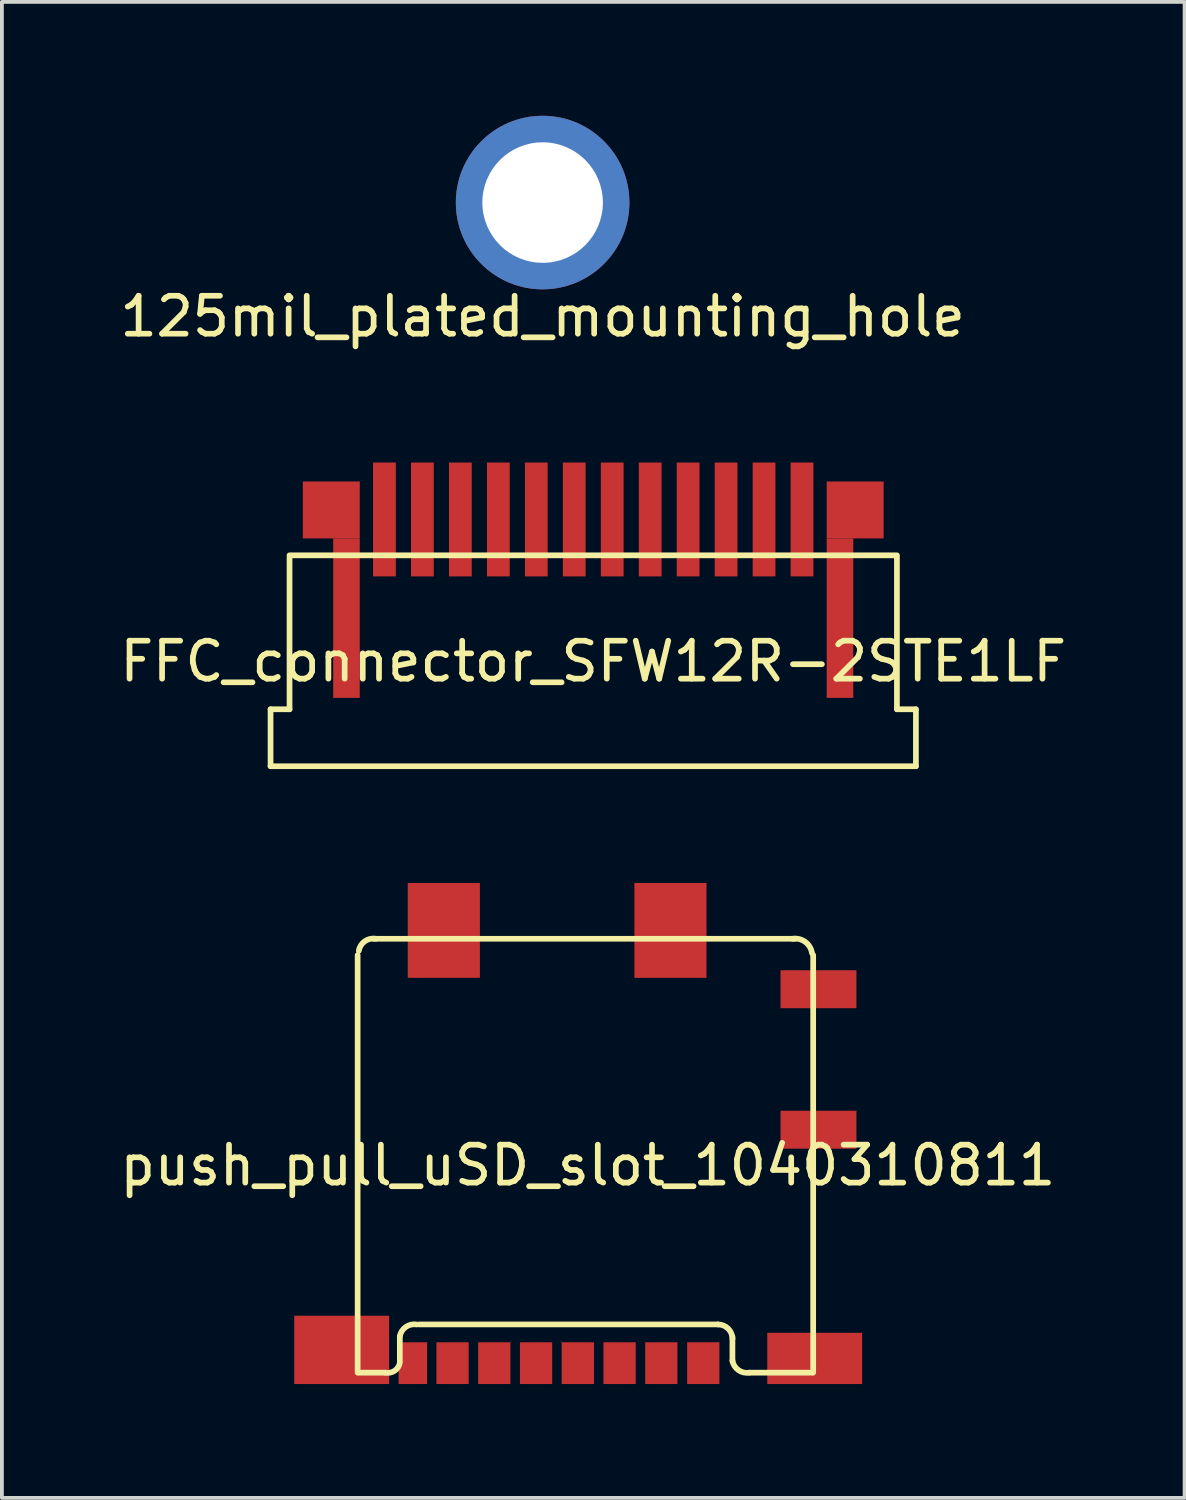
<source format=kicad_pcb>
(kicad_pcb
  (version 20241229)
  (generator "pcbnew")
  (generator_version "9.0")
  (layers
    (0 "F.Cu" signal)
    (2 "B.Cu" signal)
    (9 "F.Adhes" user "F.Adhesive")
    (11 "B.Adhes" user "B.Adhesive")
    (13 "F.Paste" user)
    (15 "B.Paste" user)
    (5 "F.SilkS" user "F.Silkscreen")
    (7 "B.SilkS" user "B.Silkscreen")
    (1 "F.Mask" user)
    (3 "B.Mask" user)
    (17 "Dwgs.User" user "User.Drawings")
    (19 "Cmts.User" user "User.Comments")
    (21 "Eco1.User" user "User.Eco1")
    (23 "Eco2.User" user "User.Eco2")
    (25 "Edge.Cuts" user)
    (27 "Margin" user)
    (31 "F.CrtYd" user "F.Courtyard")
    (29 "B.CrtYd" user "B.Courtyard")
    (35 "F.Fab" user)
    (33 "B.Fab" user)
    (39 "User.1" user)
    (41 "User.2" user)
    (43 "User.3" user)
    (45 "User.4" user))
  (footprint "FFC_connector_SFW12R-2STE1LF"
    (layer "F.Cu")
    (at 12.577 11.134)
    (property "Reference" "FFC_connector_SFW12R-2STE1LF" (at 0 3.239 0) (layer "F.SilkS") (effects (font (size 1 1) (thickness 0.15))))
    (attr through_hole)
    (fp_line (start -8.5 4.5) (end -8.5 6) (stroke (width 0.15) (type solid)) (layer "F.SilkS"))
    (fp_line (start -8.5 6) (end 8.5 6) (stroke (width 0.15) (type solid)) (layer "F.SilkS"))
    (fp_line (start -8.001 0.445) (end 8.001 0.445) (stroke (width 0.15) (type solid)) (layer "F.SilkS"))
    (fp_line (start -8 0.5) (end -8 4.5) (stroke (width 0.15) (type solid)) (layer "F.SilkS"))
    (fp_line (start -8 4.5) (end -8.5 4.5) (stroke (width 0.15) (type solid)) (layer "F.SilkS"))
    (fp_line (start 8 0.5) (end 8 4.5) (stroke (width 0.15) (type solid)) (layer "F.SilkS"))
    (fp_line (start 8 4.5) (end 8.5 4.5) (stroke (width 0.15) (type solid)) (layer "F.SilkS"))
    (fp_line (start 8.5 4.5) (end 8.5 6) (stroke (width 0.15) (type solid)) (layer "F.SilkS"))
    (pad "" smd rect (at -6.9 -0.75) (size 1.5 1.5) (layers "F.Cu" "F.Mask" "F.Paste"))
    (pad "" smd rect (at 6.9 -0.75) (size 1.5 1.5) (layers "F.Cu" "F.Mask" "F.Paste"))
    (pad "1" smd rect (at -5.5 -0.5) (size 0.6 3) (layers "F.Cu" "F.Mask" "F.Paste"))
    (pad "2" smd rect (at -4.5 -0.5) (size 0.6 3) (layers "F.Cu" "F.Mask" "F.Paste"))
    (pad "3" smd rect (at -3.5 -0.5) (size 0.6 3) (layers "F.Cu" "F.Mask" "F.Paste"))
    (pad "4" smd rect (at -2.5 -0.5) (size 0.6 3) (layers "F.Cu" "F.Mask" "F.Paste"))
    (pad "5" smd rect (at -1.5 -0.5) (size 0.6 3) (layers "F.Cu" "F.Mask" "F.Paste"))
    (pad "6" smd rect (at -0.5 -0.5) (size 0.6 3) (layers "F.Cu" "F.Mask" "F.Paste"))
    (pad "7" smd rect (at 0.5 -0.5) (size 0.6 3) (layers "F.Cu" "F.Mask" "F.Paste"))
    (pad "8" smd rect (at 1.5 -0.5) (size 0.6 3) (layers "F.Cu" "F.Mask" "F.Paste"))
    (pad "9" smd rect (at 2.5 -0.5) (size 0.6 3) (layers "F.Cu" "F.Mask" "F.Paste"))
    (pad "10" smd rect (at 3.5 -0.5) (size 0.6 3) (layers "F.Cu" "F.Mask" "F.Paste"))
    (pad "11" smd rect (at 4.5 -0.5) (size 0.6 3) (layers "F.Cu" "F.Mask" "F.Paste"))
    (pad "12" smd rect (at 5.5 -0.5) (size 0.6 3) (layers "F.Cu" "F.Mask" "F.Paste"))
    (pad "A1" smd rect (at -6.5 2.1) (size 0.7 4.2) (layers "F.Cu" "F.Mask" "F.Paste"))
    (pad "A2" smd rect (at 6.5 2.1) (size 0.7 4.2) (layers "F.Cu" "F.Mask" "F.Paste")))
  (footprint "125mil_plated_mounting_hole"
    (layer "F.Cu")
    (at 11.244 2.286)
    (property "Reference" "125mil_plated_mounting_hole" (at 0 3 0) (layer "F.SilkS") (effects (font (size 1 1) (thickness 0.15))))
    (attr through_hole)
    (pad "1" thru_hole circle (at 0 0) (size 4.572 4.572) (drill 3.175) (layers "*.Cu" "*.Mask")))
  (footprint "push_pull_uSD_slot_1040310811"
    (layer "F.Cu")
    (at 12.371 33.109)
    (property "Reference" "push_pull_uSD_slot_1040310811" (at 0.064 -5.461 0) (layer "F.SilkS") (effects (font (size 1 1) (thickness 0.15))))
    (attr through_hole)
    (fp_line (start -6 0) (end -6 -11) (stroke (width 0.15) (type solid)) (layer "F.SilkS"))
    (fp_line (start -5.969 0) (end -5.271 0) (stroke (width 0.15) (type solid)) (layer "F.SilkS"))
    (fp_line (start -5.588 -11.43) (end 5.524 -11.43) (stroke (width 0.15) (type solid)) (layer "F.SilkS"))
    (fp_line (start -4.889 -0.3) (end -4.889 -0.95) (stroke (width 0.15) (type solid)) (layer "F.SilkS"))
    (fp_line (start 3.493 -1.27) (end -4.381 -1.27) (stroke (width 0.15) (type solid)) (layer "F.SilkS"))
    (fp_line (start 3.873 -0.3) (end 3.873 -0.95) (stroke (width 0.15) (type solid)) (layer "F.SilkS"))
    (fp_line (start 5.969 0) (end 4.318 0) (stroke (width 0.15) (type solid)) (layer "F.SilkS"))
    (fp_line (start 6 0) (end 6 -11) (stroke (width 0.15) (type solid)) (layer "F.SilkS"))
    (fp_arc (start -5.969 -11.1125) (mid -5.812506 -11.363309) (end -5.5245 -11.43) (stroke (width 0.15) (type solid)) (layer "F.SilkS"))
    (fp_arc (start -4.8895 -0.9525) (mid -4.733446 -1.202248) (end -4.4465 -1.2685) (stroke (width 0.15) (type solid)) (layer "F.SilkS"))
    (fp_arc (start -4.8895 -0.254) (mid -5.027395 -0.048092) (end -5.2705 0) (stroke (width 0.15) (type solid)) (layer "F.SilkS"))
    (fp_arc (start 3.4925 -1.27) (mid 3.761908 -1.158408) (end 3.8735 -0.889) (stroke (width 0.15) (type solid)) (layer "F.SilkS"))
    (fp_arc (start 4.318 0) (mid 4.029994 -0.066691) (end 3.8735 -0.3175) (stroke (width 0.15) (type solid)) (layer "F.SilkS"))
    (fp_arc (start 5.461 -11.43) (mid 5.793908 -11.34471) (end 5.969 -11.049) (stroke (width 0.15) (type solid)) (layer "F.SilkS"))
    (pad "1" smd rect (at -4.545 -0.25) (size 0.75 1.1) (layers "F.Cu" "F.Mask" "F.Paste"))
    (pad "2" smd rect (at -3.5 -0.25) (size 0.85 1.1) (layers "F.Cu" "F.Mask" "F.Paste"))
    (pad "3" smd rect (at -2.4 -0.25) (size 0.85 1.1) (layers "F.Cu" "F.Mask" "F.Paste"))
    (pad "4" smd rect (at -1.3 -0.25) (size 0.85 1.1) (layers "F.Cu" "F.Mask" "F.Paste"))
    (pad "5" smd rect (at -0.2 -0.25) (size 0.85 1.1) (layers "F.Cu" "F.Mask" "F.Paste"))
    (pad "6" smd rect (at 0.9 -0.25) (size 0.85 1.1) (layers "F.Cu" "F.Mask" "F.Paste"))
    (pad "7" smd rect (at 2 -0.25) (size 0.85 1.1) (layers "F.Cu" "F.Mask" "F.Paste"))
    (pad "8" smd rect (at 3.105 -0.25) (size 0.85 1.1) (layers "F.Cu" "F.Mask" "F.Paste"))
    (pad "DET_" smd rect (at 6.14 -10.1) (size 2 1) (layers "F.Cu" "F.Mask" "F.Paste"))
    (pad "DET_" smd rect (at 6.14 -6.4) (size 2 1) (layers "F.Cu" "F.Mask" "F.Paste"))
    (pad "GND" smd rect (at -6.42 -0.6) (size 2.5 1.8) (layers "F.Cu" "F.Mask" "F.Paste"))
    (pad "GND" smd rect (at -3.73 -11.65) (size 1.9 2.5) (layers "F.Cu" "F.Mask" "F.Paste"))
    (pad "GND" smd rect (at 2.24 -11.65) (size 1.9 2.5) (layers "F.Cu" "F.Mask" "F.Paste"))
    (pad "GND" smd rect (at 6.04 -0.375) (size 2.5 1.35) (layers "F.Cu" "F.Mask" "F.Paste")))
  (gr_rect
    (start -3 -3)
    (end 28.155 36.409)
    (stroke (width 0.1) (type default))
    (fill no)
    (layer "Edge.Cuts")))
</source>
